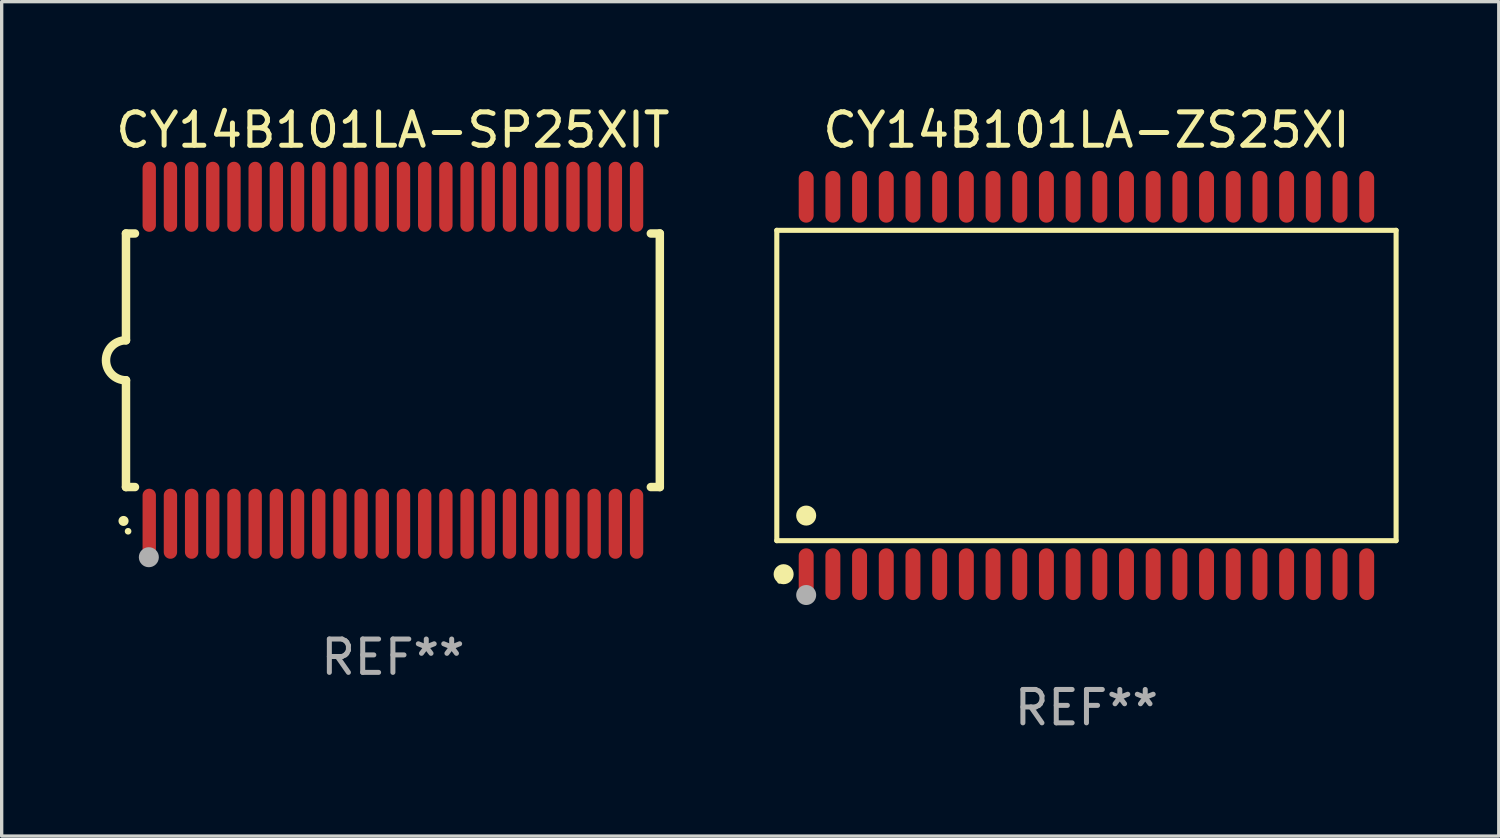
<source format=kicad_pcb>
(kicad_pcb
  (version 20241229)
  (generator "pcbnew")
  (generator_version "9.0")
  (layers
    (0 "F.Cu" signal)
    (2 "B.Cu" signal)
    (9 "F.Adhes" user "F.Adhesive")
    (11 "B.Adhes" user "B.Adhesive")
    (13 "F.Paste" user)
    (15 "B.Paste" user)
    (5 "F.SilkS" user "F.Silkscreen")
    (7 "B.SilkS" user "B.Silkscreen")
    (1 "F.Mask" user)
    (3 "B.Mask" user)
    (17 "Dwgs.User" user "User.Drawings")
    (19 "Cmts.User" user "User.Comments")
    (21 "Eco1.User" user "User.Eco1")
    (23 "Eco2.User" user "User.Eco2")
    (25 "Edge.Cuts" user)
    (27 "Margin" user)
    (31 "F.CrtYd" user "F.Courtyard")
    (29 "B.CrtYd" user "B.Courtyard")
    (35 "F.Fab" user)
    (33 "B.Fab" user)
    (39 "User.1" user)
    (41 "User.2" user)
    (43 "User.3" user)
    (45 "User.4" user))
  (footprint "CY14B101LA-ZS25XI"
    (layer "F.Cu")
    (at 29.513 8.504)
    (property "Reference" "CY14B101LA-ZS25XI" (at 0 -7.656 0) (layer "F.SilkS") (effects (font (size 1 1) (thickness 0.15))))
    (attr through_hole)
    (fp_line (start -9.281 -4.651) (end 9.281 -4.651) (stroke (width 0.152) (type solid)) (layer "F.SilkS"))
    (fp_line (start -9.281 4.651) (end -9.281 -4.651) (stroke (width 0.152) (type solid)) (layer "F.SilkS"))
    (fp_line (start 9.281 -4.651) (end 9.281 4.651) (stroke (width 0.152) (type solid)) (layer "F.SilkS"))
    (fp_line (start 9.281 4.651) (end -9.281 4.651) (stroke (width 0.152) (type solid)) (layer "F.SilkS"))
    (fp_circle (center -9.205 5.88) (end -9.175 5.88) (stroke (width 0.06) (type solid)) (fill no) (layer "F.SilkS"))
    (fp_circle (center -9.076 5.656) (end -8.926 5.656) (stroke (width 0.3) (type solid)) (fill no) (layer "F.SilkS"))
    (fp_circle (center -8.4 3.899) (end -8.25 3.899) (stroke (width 0.3) (type solid)) (fill no) (layer "F.SilkS"))
    (fp_circle (center -8.4 6.28) (end -8.25 6.28) (stroke (width 0.3) (type solid)) (fill no) (layer "F.Fab"))
    (fp_text user "REF**" (at 0 9.656 0) (layer "F.Fab") (effects (font (size 1 1) (thickness 0.15))))
    (pad "1" smd oval (at -8.4 5.656) (size 0.448 1.551) (layers "F.Cu" "F.Mask" "F.Paste"))
    (pad "2" smd oval (at -7.6 5.656) (size 0.448 1.551) (layers "F.Cu" "F.Mask" "F.Paste"))
    (pad "3" smd oval (at -6.8 5.656) (size 0.448 1.551) (layers "F.Cu" "F.Mask" "F.Paste"))
    (pad "4" smd oval (at -6 5.656) (size 0.448 1.551) (layers "F.Cu" "F.Mask" "F.Paste"))
    (pad "5" smd oval (at -5.2 5.656) (size 0.448 1.551) (layers "F.Cu" "F.Mask" "F.Paste"))
    (pad "6" smd oval (at -4.4 5.656) (size 0.448 1.551) (layers "F.Cu" "F.Mask" "F.Paste"))
    (pad "7" smd oval (at -3.6 5.656) (size 0.448 1.551) (layers "F.Cu" "F.Mask" "F.Paste"))
    (pad "8" smd oval (at -2.8 5.656) (size 0.448 1.551) (layers "F.Cu" "F.Mask" "F.Paste"))
    (pad "9" smd oval (at -2 5.656) (size 0.448 1.551) (layers "F.Cu" "F.Mask" "F.Paste"))
    (pad "10" smd oval (at -1.2 5.656) (size 0.448 1.551) (layers "F.Cu" "F.Mask" "F.Paste"))
    (pad "11" smd oval (at -0.4 5.656) (size 0.448 1.551) (layers "F.Cu" "F.Mask" "F.Paste"))
    (pad "12" smd oval (at 0.4 5.656) (size 0.448 1.551) (layers "F.Cu" "F.Mask" "F.Paste"))
    (pad "13" smd oval (at 1.2 5.656) (size 0.448 1.551) (layers "F.Cu" "F.Mask" "F.Paste"))
    (pad "14" smd oval (at 2 5.656) (size 0.448 1.551) (layers "F.Cu" "F.Mask" "F.Paste"))
    (pad "15" smd oval (at 2.8 5.656) (size 0.448 1.551) (layers "F.Cu" "F.Mask" "F.Paste"))
    (pad "16" smd oval (at 3.6 5.656) (size 0.448 1.551) (layers "F.Cu" "F.Mask" "F.Paste"))
    (pad "17" smd oval (at 4.4 5.656) (size 0.448 1.551) (layers "F.Cu" "F.Mask" "F.Paste"))
    (pad "18" smd oval (at 5.2 5.656) (size 0.448 1.551) (layers "F.Cu" "F.Mask" "F.Paste"))
    (pad "19" smd oval (at 6 5.656) (size 0.448 1.551) (layers "F.Cu" "F.Mask" "F.Paste"))
    (pad "20" smd oval (at 6.8 5.656) (size 0.448 1.551) (layers "F.Cu" "F.Mask" "F.Paste"))
    (pad "21" smd oval (at 7.6 5.656) (size 0.448 1.551) (layers "F.Cu" "F.Mask" "F.Paste"))
    (pad "22" smd oval (at 8.4 5.656) (size 0.448 1.551) (layers "F.Cu" "F.Mask" "F.Paste"))
    (pad "23" smd oval (at 8.4 -5.656) (size 0.448 1.551) (layers "F.Cu" "F.Mask" "F.Paste"))
    (pad "24" smd oval (at 7.6 -5.656) (size 0.448 1.551) (layers "F.Cu" "F.Mask" "F.Paste"))
    (pad "25" smd oval (at 6.8 -5.656) (size 0.448 1.551) (layers "F.Cu" "F.Mask" "F.Paste"))
    (pad "26" smd oval (at 6 -5.656) (size 0.448 1.551) (layers "F.Cu" "F.Mask" "F.Paste"))
    (pad "27" smd oval (at 5.2 -5.656) (size 0.448 1.551) (layers "F.Cu" "F.Mask" "F.Paste"))
    (pad "28" smd oval (at 4.4 -5.656) (size 0.448 1.551) (layers "F.Cu" "F.Mask" "F.Paste"))
    (pad "29" smd oval (at 3.6 -5.656) (size 0.448 1.551) (layers "F.Cu" "F.Mask" "F.Paste"))
    (pad "30" smd oval (at 2.8 -5.656) (size 0.448 1.551) (layers "F.Cu" "F.Mask" "F.Paste"))
    (pad "31" smd oval (at 2 -5.656) (size 0.448 1.551) (layers "F.Cu" "F.Mask" "F.Paste"))
    (pad "32" smd oval (at 1.2 -5.656) (size 0.448 1.551) (layers "F.Cu" "F.Mask" "F.Paste"))
    (pad "33" smd oval (at 0.4 -5.656) (size 0.448 1.551) (layers "F.Cu" "F.Mask" "F.Paste"))
    (pad "34" smd oval (at -0.4 -5.656) (size 0.448 1.551) (layers "F.Cu" "F.Mask" "F.Paste"))
    (pad "35" smd oval (at -1.2 -5.656) (size 0.448 1.551) (layers "F.Cu" "F.Mask" "F.Paste"))
    (pad "36" smd oval (at -2 -5.656) (size 0.448 1.551) (layers "F.Cu" "F.Mask" "F.Paste"))
    (pad "37" smd oval (at -2.8 -5.656) (size 0.448 1.551) (layers "F.Cu" "F.Mask" "F.Paste"))
    (pad "38" smd oval (at -3.6 -5.656) (size 0.448 1.551) (layers "F.Cu" "F.Mask" "F.Paste"))
    (pad "39" smd oval (at -4.4 -5.656) (size 0.448 1.551) (layers "F.Cu" "F.Mask" "F.Paste"))
    (pad "40" smd oval (at -5.2 -5.656) (size 0.448 1.551) (layers "F.Cu" "F.Mask" "F.Paste"))
    (pad "41" smd oval (at -6 -5.656) (size 0.448 1.551) (layers "F.Cu" "F.Mask" "F.Paste"))
    (pad "42" smd oval (at -6.8 -5.656) (size 0.448 1.551) (layers "F.Cu" "F.Mask" "F.Paste"))
    (pad "43" smd oval (at -7.6 -5.656) (size 0.448 1.551) (layers "F.Cu" "F.Mask" "F.Paste"))
    (pad "44" smd oval (at -8.4 -5.656) (size 0.448 1.551) (layers "F.Cu" "F.Mask" "F.Paste")))
  (footprint "CY14B101LA-SP25XIT"
    (layer "F.Cu")
    (at 8.726 7.748)
    (property "Reference" "CY14B101LA-SP25XIT" (at 0 -6.9 0) (layer "F.SilkS") (effects (font (size 1 1) (thickness 0.15))))
    (attr through_hole)
    (fp_line (start -8 -3.8) (end -8 -0.599) (stroke (width 0.254) (type solid)) (layer "F.SilkS"))
    (fp_line (start -8 -3.8) (end -7.731 -3.8) (stroke (width 0.254) (type solid)) (layer "F.SilkS"))
    (fp_line (start -8 3.8) (end -8 0.599) (stroke (width 0.254) (type solid)) (layer "F.SilkS"))
    (fp_line (start -7.731 3.8) (end -8 3.8) (stroke (width 0.254) (type solid)) (layer "F.SilkS"))
    (fp_line (start 7.731 -3.8) (end 8 -3.8) (stroke (width 0.254) (type solid)) (layer "F.SilkS"))
    (fp_line (start 8 -3.8) (end 8 3.8) (stroke (width 0.254) (type solid)) (layer "F.SilkS"))
    (fp_line (start 8 3.8) (end 7.731 3.8) (stroke (width 0.254) (type solid)) (layer "F.SilkS"))
    (fp_arc (start -8.074676 4.81585) (mid -8.073406 4.815845) (end -8.072136 4.81585) (stroke (width 0.3) (type solid)) (layer "F.SilkS"))
    (fp_arc (start -8.000025 0.6) (mid -8.598908 0.00056) (end -8.000027 -0.598882) (stroke (width 0.254001) (type solid)) (layer "F.SilkS"))
    (fp_circle (center -7.937 5.125) (end -7.887 5.125) (stroke (width 0.1) (type solid)) (fill no) (layer "F.SilkS"))
    (fp_circle (center -7.315 5.903) (end -7.165 5.903) (stroke (width 0.3) (type solid)) (fill no) (layer "F.Fab"))
    (fp_text user "REF**" (at 0 8.9 0) (layer "F.Fab") (effects (font (size 1 1) (thickness 0.15))))
    (pad "1" smd oval (at -7.303 4.9) (size 0.4 2.1) (layers "F.Cu" "F.Mask" "F.Paste"))
    (pad "2" smd oval (at -6.668 4.9) (size 0.4 2.1) (layers "F.Cu" "F.Mask" "F.Paste"))
    (pad "3" smd oval (at -6.033 4.9) (size 0.4 2.1) (layers "F.Cu" "F.Mask" "F.Paste"))
    (pad "4" smd oval (at -5.398 4.9) (size 0.4 2.1) (layers "F.Cu" "F.Mask" "F.Paste"))
    (pad "5" smd oval (at -4.763 4.9) (size 0.4 2.1) (layers "F.Cu" "F.Mask" "F.Paste"))
    (pad "6" smd oval (at -4.128 4.9) (size 0.4 2.1) (layers "F.Cu" "F.Mask" "F.Paste"))
    (pad "7" smd oval (at -3.493 4.9) (size 0.4 2.1) (layers "F.Cu" "F.Mask" "F.Paste"))
    (pad "8" smd oval (at -2.858 4.9) (size 0.4 2.1) (layers "F.Cu" "F.Mask" "F.Paste"))
    (pad "9" smd oval (at -2.223 4.9) (size 0.4 2.1) (layers "F.Cu" "F.Mask" "F.Paste"))
    (pad "10" smd oval (at -1.588 4.9) (size 0.4 2.1) (layers "F.Cu" "F.Mask" "F.Paste"))
    (pad "11" smd oval (at -0.953 4.9) (size 0.4 2.1) (layers "F.Cu" "F.Mask" "F.Paste"))
    (pad "12" smd oval (at -0.318 4.9) (size 0.4 2.1) (layers "F.Cu" "F.Mask" "F.Paste"))
    (pad "13" smd oval (at 0.318 4.9) (size 0.4 2.1) (layers "F.Cu" "F.Mask" "F.Paste"))
    (pad "14" smd oval (at 0.953 4.9) (size 0.4 2.1) (layers "F.Cu" "F.Mask" "F.Paste"))
    (pad "15" smd oval (at 1.588 4.9) (size 0.4 2.1) (layers "F.Cu" "F.Mask" "F.Paste"))
    (pad "16" smd oval (at 2.223 4.9) (size 0.4 2.1) (layers "F.Cu" "F.Mask" "F.Paste"))
    (pad "17" smd oval (at 2.858 4.9) (size 0.4 2.1) (layers "F.Cu" "F.Mask" "F.Paste"))
    (pad "18" smd oval (at 3.493 4.9) (size 0.4 2.1) (layers "F.Cu" "F.Mask" "F.Paste"))
    (pad "19" smd oval (at 4.128 4.9) (size 0.4 2.1) (layers "F.Cu" "F.Mask" "F.Paste"))
    (pad "20" smd oval (at 4.763 4.9) (size 0.4 2.1) (layers "F.Cu" "F.Mask" "F.Paste"))
    (pad "21" smd oval (at 5.398 4.9) (size 0.4 2.1) (layers "F.Cu" "F.Mask" "F.Paste"))
    (pad "22" smd oval (at 6.033 4.9) (size 0.4 2.1) (layers "F.Cu" "F.Mask" "F.Paste"))
    (pad "23" smd oval (at 6.668 4.9) (size 0.4 2.1) (layers "F.Cu" "F.Mask" "F.Paste"))
    (pad "24" smd oval (at 7.303 4.9) (size 0.4 2.1) (layers "F.Cu" "F.Mask" "F.Paste"))
    (pad "25" smd oval (at 7.303 -4.9 180) (size 0.4 2.1) (layers "F.Cu" "F.Mask" "F.Paste"))
    (pad "26" smd oval (at 6.668 -4.9 180) (size 0.4 2.1) (layers "F.Cu" "F.Mask" "F.Paste"))
    (pad "27" smd oval (at 6.033 -4.9 180) (size 0.4 2.1) (layers "F.Cu" "F.Mask" "F.Paste"))
    (pad "28" smd oval (at 5.398 -4.9 180) (size 0.4 2.1) (layers "F.Cu" "F.Mask" "F.Paste"))
    (pad "29" smd oval (at 4.763 -4.9 180) (size 0.4 2.1) (layers "F.Cu" "F.Mask" "F.Paste"))
    (pad "30" smd oval (at 4.128 -4.9 180) (size 0.4 2.1) (layers "F.Cu" "F.Mask" "F.Paste"))
    (pad "31" smd oval (at 3.493 -4.9 180) (size 0.4 2.1) (layers "F.Cu" "F.Mask" "F.Paste"))
    (pad "32" smd oval (at 2.858 -4.9 180) (size 0.4 2.1) (layers "F.Cu" "F.Mask" "F.Paste"))
    (pad "33" smd oval (at 2.223 -4.9 180) (size 0.4 2.1) (layers "F.Cu" "F.Mask" "F.Paste"))
    (pad "34" smd oval (at 1.588 -4.9 180) (size 0.4 2.1) (layers "F.Cu" "F.Mask" "F.Paste"))
    (pad "35" smd oval (at 0.953 -4.9 180) (size 0.4 2.1) (layers "F.Cu" "F.Mask" "F.Paste"))
    (pad "36" smd oval (at 0.318 -4.9 180) (size 0.4 2.1) (layers "F.Cu" "F.Mask" "F.Paste"))
    (pad "37" smd oval (at -0.318 -4.9 180) (size 0.4 2.1) (layers "F.Cu" "F.Mask" "F.Paste"))
    (pad "38" smd oval (at -0.953 -4.9 180) (size 0.4 2.1) (layers "F.Cu" "F.Mask" "F.Paste"))
    (pad "39" smd oval (at -1.588 -4.9 180) (size 0.4 2.1) (layers "F.Cu" "F.Mask" "F.Paste"))
    (pad "40" smd oval (at -2.223 -4.9 180) (size 0.4 2.1) (layers "F.Cu" "F.Mask" "F.Paste"))
    (pad "41" smd oval (at -2.858 -4.9 180) (size 0.4 2.1) (layers "F.Cu" "F.Mask" "F.Paste"))
    (pad "42" smd oval (at -3.493 -4.9 180) (size 0.4 2.1) (layers "F.Cu" "F.Mask" "F.Paste"))
    (pad "43" smd oval (at -4.128 -4.9 180) (size 0.4 2.1) (layers "F.Cu" "F.Mask" "F.Paste"))
    (pad "44" smd oval (at -4.763 -4.9 180) (size 0.4 2.1) (layers "F.Cu" "F.Mask" "F.Paste"))
    (pad "45" smd oval (at -5.398 -4.9 180) (size 0.4 2.1) (layers "F.Cu" "F.Mask" "F.Paste"))
    (pad "46" smd oval (at -6.033 -4.9 180) (size 0.4 2.1) (layers "F.Cu" "F.Mask" "F.Paste"))
    (pad "47" smd oval (at -6.668 -4.9 180) (size 0.4 2.1) (layers "F.Cu" "F.Mask" "F.Paste"))
    (pad "48" smd oval (at -7.303 -4.9 180) (size 0.4 2.1) (layers "F.Cu" "F.Mask" "F.Paste")))
  (gr_rect
    (start -3 -3)
    (end 41.871 22.008)
    (stroke (width 0.1) (type default))
    (fill no)
    (layer "Edge.Cuts")))
</source>
